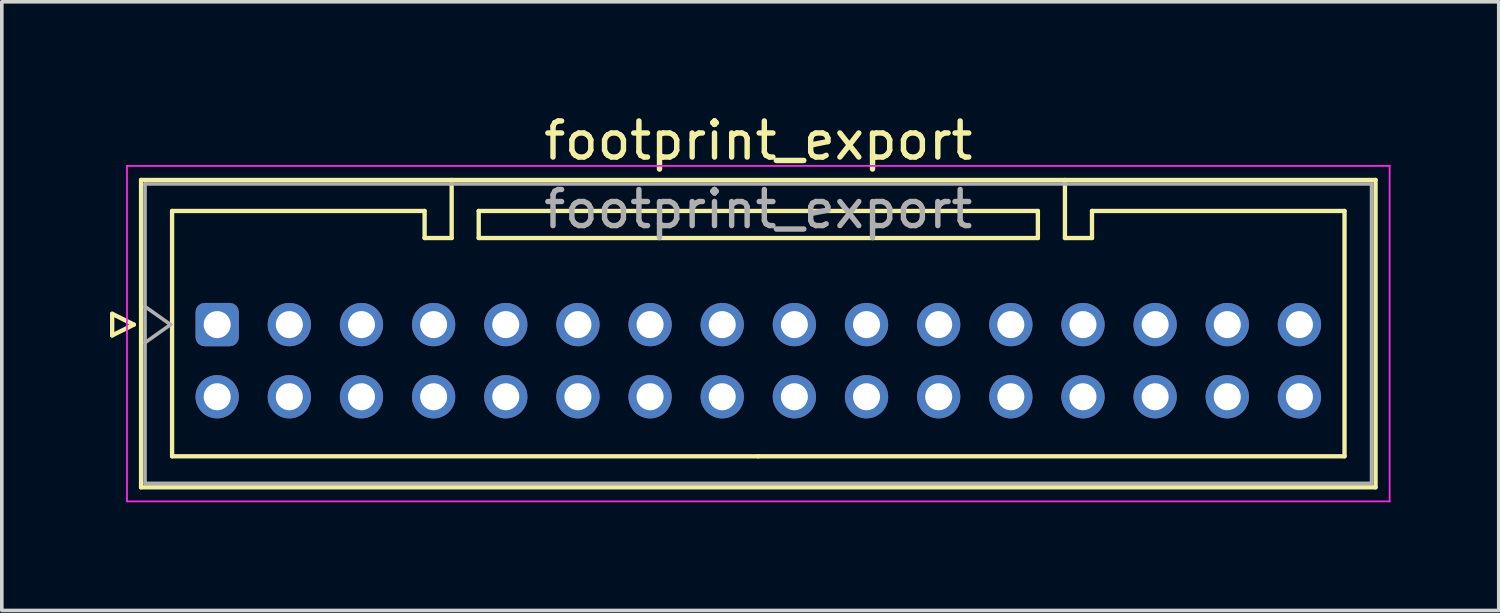
<source format=kicad_pcb>
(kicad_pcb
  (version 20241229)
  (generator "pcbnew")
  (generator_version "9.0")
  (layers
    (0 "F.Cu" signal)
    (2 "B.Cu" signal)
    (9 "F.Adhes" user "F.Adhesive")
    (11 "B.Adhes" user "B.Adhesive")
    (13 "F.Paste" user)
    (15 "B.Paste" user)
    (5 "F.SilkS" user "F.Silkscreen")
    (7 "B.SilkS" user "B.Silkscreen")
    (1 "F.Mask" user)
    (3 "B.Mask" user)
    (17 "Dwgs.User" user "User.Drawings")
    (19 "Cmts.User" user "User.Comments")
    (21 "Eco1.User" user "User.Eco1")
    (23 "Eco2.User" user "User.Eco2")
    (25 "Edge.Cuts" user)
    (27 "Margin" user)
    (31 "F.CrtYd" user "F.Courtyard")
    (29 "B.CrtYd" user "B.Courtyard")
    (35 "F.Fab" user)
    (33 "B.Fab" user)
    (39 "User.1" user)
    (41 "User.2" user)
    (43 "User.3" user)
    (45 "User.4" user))
  (footprint "footprint_export"
    (layer "F.Cu")
    (at 2.97 5.948)
    (property "Reference" "footprint_export" (at 15 -5.1 0) (layer "F.SilkS") (effects (font (size 1 1) (thickness 0.15))))
    (attr through_hole)
    (fp_line (start -2.91 -0.3) (end -2.31 0) (stroke (width 0.12) (type solid)) (layer "F.SilkS"))
    (fp_line (start -2.91 0.3) (end -2.91 -0.3) (stroke (width 0.12) (type solid)) (layer "F.SilkS"))
    (fp_line (start -2.31 0) (end -2.91 0.3) (stroke (width 0.12) (type solid)) (layer "F.SilkS"))
    (fp_line (start -2.11 -4.01) (end -2.11 4.51) (stroke (width 0.12) (type solid)) (layer "F.SilkS"))
    (fp_line (start -2.11 4.51) (end 32.11 4.51) (stroke (width 0.12) (type solid)) (layer "F.SilkS"))
    (fp_line (start -1.25 -3.15) (end -1.25 3.65) (stroke (width 0.12) (type solid)) (layer "F.SilkS"))
    (fp_line (start -1.25 3.65) (end 15 3.65) (stroke (width 0.12) (type solid)) (layer "F.SilkS"))
    (fp_line (start 5.75 -3.15) (end -1.25 -3.15) (stroke (width 0.12) (type solid)) (layer "F.SilkS"))
    (fp_line (start 5.75 -2.4) (end 5.75 -3.15) (stroke (width 0.12) (type solid)) (layer "F.SilkS"))
    (fp_line (start 6.5 -4.01) (end 6.5 -2.4) (stroke (width 0.12) (type solid)) (layer "F.SilkS"))
    (fp_line (start 6.5 -2.4) (end 5.75 -2.4) (stroke (width 0.12) (type solid)) (layer "F.SilkS"))
    (fp_line (start 7.25 -3.15) (end 7.25 -2.4) (stroke (width 0.12) (type solid)) (layer "F.SilkS"))
    (fp_line (start 7.25 -2.4) (end 22.75 -2.4) (stroke (width 0.12) (type solid)) (layer "F.SilkS"))
    (fp_line (start 22.75 -3.15) (end 7.25 -3.15) (stroke (width 0.12) (type solid)) (layer "F.SilkS"))
    (fp_line (start 22.75 -2.4) (end 22.75 -3.15) (stroke (width 0.12) (type solid)) (layer "F.SilkS"))
    (fp_line (start 23.5 -4.01) (end 23.5 -2.4) (stroke (width 0.12) (type solid)) (layer "F.SilkS"))
    (fp_line (start 23.5 -2.4) (end 24.25 -2.4) (stroke (width 0.12) (type solid)) (layer "F.SilkS"))
    (fp_line (start 24.25 -3.15) (end 31.25 -3.15) (stroke (width 0.12) (type solid)) (layer "F.SilkS"))
    (fp_line (start 24.25 -2.4) (end 24.25 -3.15) (stroke (width 0.12) (type solid)) (layer "F.SilkS"))
    (fp_line (start 31.25 -3.15) (end 31.25 3.65) (stroke (width 0.12) (type solid)) (layer "F.SilkS"))
    (fp_line (start 31.25 3.65) (end 15 3.65) (stroke (width 0.12) (type solid)) (layer "F.SilkS"))
    (fp_line (start 32.11 -4.01) (end -2.11 -4.01) (stroke (width 0.12) (type solid)) (layer "F.SilkS"))
    (fp_line (start 32.11 4.51) (end 32.11 -4.01) (stroke (width 0.12) (type solid)) (layer "F.SilkS"))
    (fp_line (start -2.5 -4.4) (end -2.5 4.9) (stroke (width 0.05) (type solid)) (layer "F.CrtYd"))
    (fp_line (start -2.5 4.9) (end 32.5 4.9) (stroke (width 0.05) (type solid)) (layer "F.CrtYd"))
    (fp_line (start 32.5 -4.4) (end -2.5 -4.4) (stroke (width 0.05) (type solid)) (layer "F.CrtYd"))
    (fp_line (start 32.5 4.9) (end 32.5 -4.4) (stroke (width 0.05) (type solid)) (layer "F.CrtYd"))
    (fp_line (start -2 -3.9) (end -2 4.4) (stroke (width 0.1) (type solid)) (layer "F.Fab"))
    (fp_line (start -2 0.5) (end -1.293 0) (stroke (width 0.1) (type solid)) (layer "F.Fab"))
    (fp_line (start -2 4.4) (end 32 4.4) (stroke (width 0.1) (type solid)) (layer "F.Fab"))
    (fp_line (start -1.293 0) (end -2 -0.5) (stroke (width 0.1) (type solid)) (layer "F.Fab"))
    (fp_line (start 32 -3.9) (end -2 -3.9) (stroke (width 0.1) (type solid)) (layer "F.Fab"))
    (fp_line (start 32 4.4) (end 32 -3.9) (stroke (width 0.1) (type solid)) (layer "F.Fab"))
    (fp_text user "${REFERENCE}" (at 15 -3.2 0) (layer "F.Fab") (effects (font (size 1 1) (thickness 0.15))))
    (pad "1" thru_hole roundrect (at 0 0) (size 1.2 1.2) (drill 0.75) (layers "*.Cu" "*.Mask") (roundrect_rratio 0.208))
    (pad "2" thru_hole circle (at 0 2) (size 1.2 1.2) (drill 0.75) (layers "*.Cu" "*.Mask"))
    (pad "3" thru_hole circle (at 2 0) (size 1.2 1.2) (drill 0.75) (layers "*.Cu" "*.Mask"))
    (pad "4" thru_hole circle (at 2 2) (size 1.2 1.2) (drill 0.75) (layers "*.Cu" "*.Mask"))
    (pad "5" thru_hole circle (at 4 0) (size 1.2 1.2) (drill 0.75) (layers "*.Cu" "*.Mask"))
    (pad "6" thru_hole circle (at 4 2) (size 1.2 1.2) (drill 0.75) (layers "*.Cu" "*.Mask"))
    (pad "7" thru_hole circle (at 6 0) (size 1.2 1.2) (drill 0.75) (layers "*.Cu" "*.Mask"))
    (pad "8" thru_hole circle (at 6 2) (size 1.2 1.2) (drill 0.75) (layers "*.Cu" "*.Mask"))
    (pad "9" thru_hole circle (at 8 0) (size 1.2 1.2) (drill 0.75) (layers "*.Cu" "*.Mask"))
    (pad "10" thru_hole circle (at 8 2) (size 1.2 1.2) (drill 0.75) (layers "*.Cu" "*.Mask"))
    (pad "11" thru_hole circle (at 10 0) (size 1.2 1.2) (drill 0.75) (layers "*.Cu" "*.Mask"))
    (pad "12" thru_hole circle (at 10 2) (size 1.2 1.2) (drill 0.75) (layers "*.Cu" "*.Mask"))
    (pad "13" thru_hole circle (at 12 0) (size 1.2 1.2) (drill 0.75) (layers "*.Cu" "*.Mask"))
    (pad "14" thru_hole circle (at 12 2) (size 1.2 1.2) (drill 0.75) (layers "*.Cu" "*.Mask"))
    (pad "15" thru_hole circle (at 14 0) (size 1.2 1.2) (drill 0.75) (layers "*.Cu" "*.Mask"))
    (pad "16" thru_hole circle (at 14 2) (size 1.2 1.2) (drill 0.75) (layers "*.Cu" "*.Mask"))
    (pad "17" thru_hole circle (at 16 0) (size 1.2 1.2) (drill 0.75) (layers "*.Cu" "*.Mask"))
    (pad "18" thru_hole circle (at 16 2) (size 1.2 1.2) (drill 0.75) (layers "*.Cu" "*.Mask"))
    (pad "19" thru_hole circle (at 18 0) (size 1.2 1.2) (drill 0.75) (layers "*.Cu" "*.Mask"))
    (pad "20" thru_hole circle (at 18 2) (size 1.2 1.2) (drill 0.75) (layers "*.Cu" "*.Mask"))
    (pad "21" thru_hole circle (at 20 0) (size 1.2 1.2) (drill 0.75) (layers "*.Cu" "*.Mask"))
    (pad "22" thru_hole circle (at 20 2) (size 1.2 1.2) (drill 0.75) (layers "*.Cu" "*.Mask"))
    (pad "23" thru_hole circle (at 22 0) (size 1.2 1.2) (drill 0.75) (layers "*.Cu" "*.Mask"))
    (pad "24" thru_hole circle (at 22 2) (size 1.2 1.2) (drill 0.75) (layers "*.Cu" "*.Mask"))
    (pad "25" thru_hole circle (at 24 0) (size 1.2 1.2) (drill 0.75) (layers "*.Cu" "*.Mask"))
    (pad "26" thru_hole circle (at 24 2) (size 1.2 1.2) (drill 0.75) (layers "*.Cu" "*.Mask"))
    (pad "27" thru_hole circle (at 26 0) (size 1.2 1.2) (drill 0.75) (layers "*.Cu" "*.Mask"))
    (pad "28" thru_hole circle (at 26 2) (size 1.2 1.2) (drill 0.75) (layers "*.Cu" "*.Mask"))
    (pad "29" thru_hole circle (at 28 0) (size 1.2 1.2) (drill 0.75) (layers "*.Cu" "*.Mask"))
    (pad "30" thru_hole circle (at 28 2) (size 1.2 1.2) (drill 0.75) (layers "*.Cu" "*.Mask"))
    (pad "31" thru_hole circle (at 30 0) (size 1.2 1.2) (drill 0.75) (layers "*.Cu" "*.Mask"))
    (pad "32" thru_hole circle (at 30 2) (size 1.2 1.2) (drill 0.75) (layers "*.Cu" "*.Mask")))
  (gr_rect
    (start -3 -3)
    (end 38.495 13.873)
    (stroke (width 0.1) (type default))
    (fill no)
    (layer "Edge.Cuts")))
</source>
